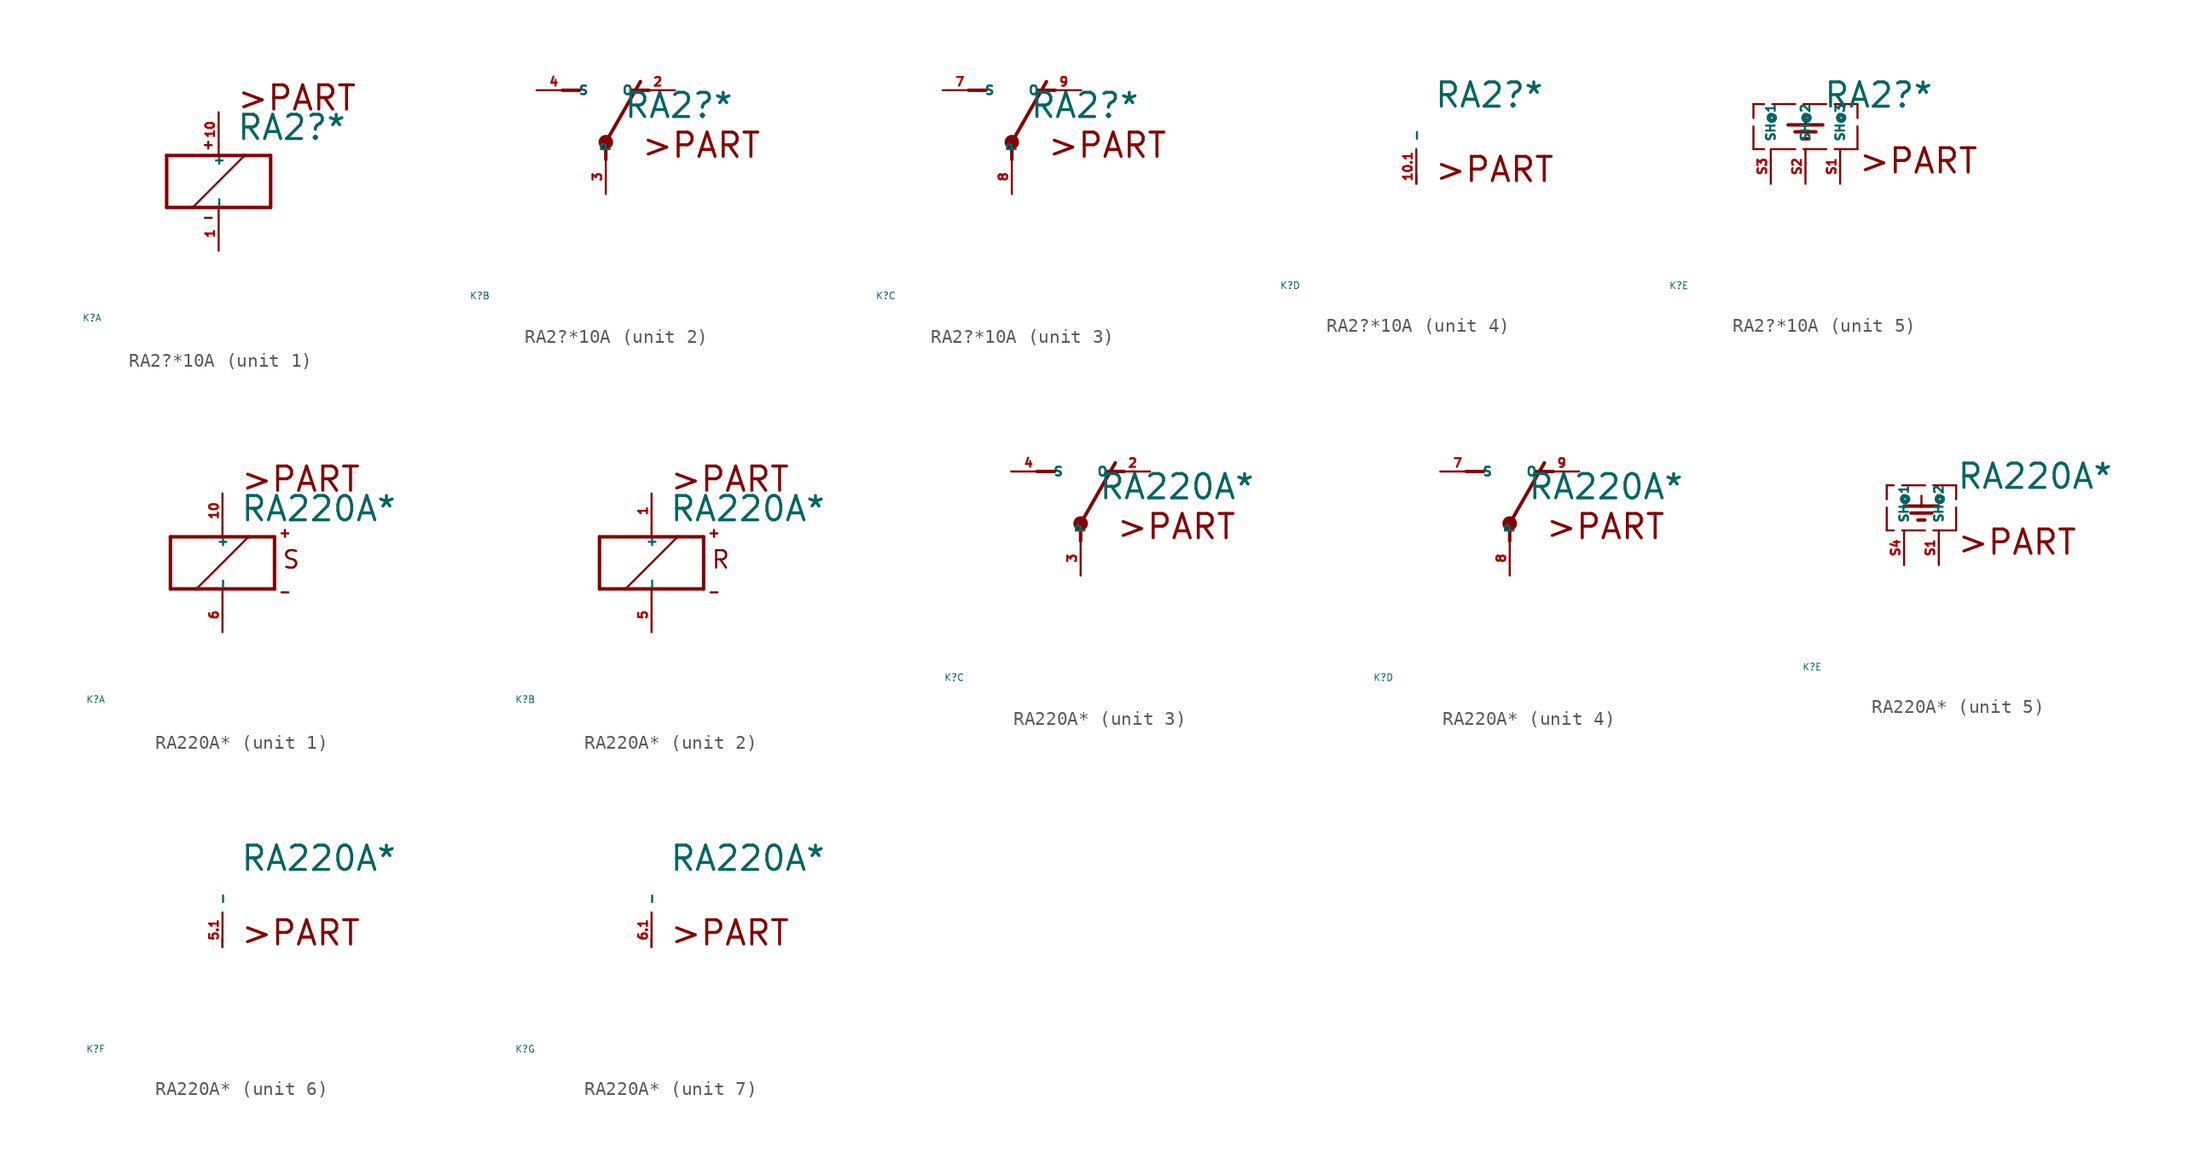
<source format=kicad_sym>
(kicad_symbol_lib
  (version 20220914)
  (generator Eagle2Kicad)
  (symbol "RA2?*10A"
    (property "Reference" "K"
      (at -10 -10 0)
      (effects (font (size 0.5 0.5) (thickness 0.06)) (justify left)))
    (property "Value" "RA2?*"
      (at 1.27 2.921 0)
      (effects (font (size 1.778 1.778) (thickness 0.22)) (justify left bottom)))
    (symbol "RA2?*10A_1_0"
      (polyline (pts (xy -3.81 -1.905) (xy -1.905 -1.905)) (stroke (width 0.254) (type default)) (fill (type none)))
      (polyline (pts (xy 3.81 -1.905) (xy 3.81 1.905)) (stroke (width 0.254) (type default)) (fill (type none)))
      (polyline (pts (xy 3.81 1.905) (xy 1.905 1.905)) (stroke (width 0.254) (type default)) (fill (type none)))
      (polyline (pts (xy -3.81 1.905) (xy -3.81 -1.905)) (stroke (width 0.254) (type default)) (fill (type none)))
      (polyline (pts (xy 0 -2.54) (xy 0 -1.905)) (stroke (width 0.152) (type default)) (fill (type none)))
      (polyline (pts (xy 0 -1.905) (xy 3.81 -1.905)) (stroke (width 0.254) (type default)) (fill (type none)))
      (polyline (pts (xy 0 2.54) (xy 0 1.905)) (stroke (width 0.152) (type default)) (fill (type none)))
      (polyline (pts (xy 0 1.905) (xy -3.81 1.905)) (stroke (width 0.254) (type default)) (fill (type none)))
      (polyline (pts (xy -1.905 -1.905) (xy 1.905 1.905)) (stroke (width 0.152) (type default)) (fill (type none)))
      (polyline (pts (xy -1.905 -1.905) (xy 0 -1.905)) (stroke (width 0.254) (type default)) (fill (type none)))
      (polyline (pts (xy 1.905 1.905) (xy 0 1.905)) (stroke (width 0.254) (type default)) (fill (type none)))
      (polyline (pts (xy -1.016 2.667) (xy -0.508 2.667)) (stroke (width 0.152) (type default)) (fill (type none)))
      (polyline (pts (xy -0.762 2.921) (xy -0.762 2.413)) (stroke (width 0.152) (type default)) (fill (type none)))
      (polyline (pts (xy -1.016 -2.667) (xy -0.508 -2.667)) (stroke (width 0.152) (type default)) (fill (type none)))
      (text ">PART" (at 1.27 5.08 0) (effects (font (size 1.778 1.778) (thickness 0.22)) (justify left bottom)))
      (pin passive line (at 0 -5.08 90) (length 2.54) (name "-" (effects (font (size 0.635 0.635) (thickness 0.08)) (justify left bottom))) (number "1" (effects (font (size 0.635 0.635) (thickness 0.08)) (justify left bottom))))
      (pin passive line (at 0 5.08 270) (length 2.54) (name "+" (effects (font (size 0.635 0.635) (thickness 0.08)) (justify left bottom))) (number "10" (effects (font (size 0.635 0.635) (thickness 0.08)) (justify left bottom)))))
    (symbol "RA2?*10A_2_0"
      (polyline (pts (xy 3.175 5.08) (xy 1.905 5.08)) (stroke (width 0.254) (type default)) (fill (type none)))
      (polyline (pts (xy -3.175 5.08) (xy -1.905 5.08)) (stroke (width 0.254) (type default)) (fill (type none)))
      (polyline (pts (xy 0 1.27) (xy 2.54 5.715)) (stroke (width 0.254) (type default)) (fill (type none)))
      (polyline (pts (xy 0 1.27) (xy 0 0)) (stroke (width 0.254) (type default)) (fill (type none)))
      (text ">PART" (at 2.54 0 0) (effects (font (size 1.778 1.778) (thickness 0.22)) (justify left bottom)))
      (circle (center 0 1.27) (radius 0.127) (stroke (width 0.406) (type default)) (fill (type none)))
      (pin passive line (at 5.08 5.08 180) (length 2.54) (name "O" (effects (font (size 0.635 0.635) (thickness 0.08)) (justify left bottom))) (number "2" (effects (font (size 0.635 0.635) (thickness 0.08)) (justify left bottom))))
      (pin passive line (at -5.08 5.08 0) (length 2.54) (name "S" (effects (font (size 0.635 0.635) (thickness 0.08)) (justify left bottom))) (number "4" (effects (font (size 0.635 0.635) (thickness 0.08)) (justify left bottom))))
      (pin passive line (at 0 -2.54 90) (length 2.54) (name "P" (effects (font (size 0.635 0.635) (thickness 0.08)) (justify left bottom))) (number "3" (effects (font (size 0.635 0.635) (thickness 0.08)) (justify left bottom)))))
    (symbol "RA2?*10A_3_0"
      (polyline (pts (xy 3.175 5.08) (xy 1.905 5.08)) (stroke (width 0.254) (type default)) (fill (type none)))
      (polyline (pts (xy -3.175 5.08) (xy -1.905 5.08)) (stroke (width 0.254) (type default)) (fill (type none)))
      (polyline (pts (xy 0 1.27) (xy 2.54 5.715)) (stroke (width 0.254) (type default)) (fill (type none)))
      (polyline (pts (xy 0 1.27) (xy 0 0)) (stroke (width 0.254) (type default)) (fill (type none)))
      (text ">PART" (at 2.54 0 0) (effects (font (size 1.778 1.778) (thickness 0.22)) (justify left bottom)))
      (circle (center 0 1.27) (radius 0.127) (stroke (width 0.406) (type default)) (fill (type none)))
      (pin passive line (at 5.08 5.08 180) (length 2.54) (name "O" (effects (font (size 0.635 0.635) (thickness 0.08)) (justify left bottom))) (number "9" (effects (font (size 0.635 0.635) (thickness 0.08)) (justify left bottom))))
      (pin passive line (at -5.08 5.08 0) (length 2.54) (name "S" (effects (font (size 0.635 0.635) (thickness 0.08)) (justify left bottom))) (number "7" (effects (font (size 0.635 0.635) (thickness 0.08)) (justify left bottom))))
      (pin passive line (at 0 -2.54 90) (length 2.54) (name "P" (effects (font (size 0.635 0.635) (thickness 0.08)) (justify left bottom))) (number "8" (effects (font (size 0.635 0.635) (thickness 0.08)) (justify left bottom)))))
    (symbol "RA2?*10A_4_0"
      (polyline (pts (xy 0 -2.54) (xy 0 -1.905)) (stroke (width 0.152) (type default)) (fill (type none)))
      (text ">PART" (at 1.27 -2.54 0) (effects (font (size 1.778 1.778) (thickness 0.22)) (justify left bottom)))
      (pin passive line (at 0 -2.54 90) (length 2.54) (name "-" (effects (font (size 0.635 0.635) (thickness 0.08)) (justify left bottom))) (number "10.1" (effects (font (size 0.635 0.635) (thickness 0.08)) (justify left bottom)))))
    (symbol "RA2?*10A_5_0"
      (polyline (pts (xy 3.81 0) (xy -3.81 0)) (stroke (width 0.152) (type dash)) (fill (type none)))
      (polyline (pts (xy 0 2.54) (xy 0 1.778)) (stroke (width 0.152) (type default)) (fill (type none)))
      (polyline (pts (xy -1.27 1.778) (xy 0 1.778)) (stroke (width 0.254) (type default)) (fill (type none)))
      (polyline (pts (xy 0 1.778) (xy 1.27 1.778)) (stroke (width 0.254) (type default)) (fill (type none)))
      (polyline (pts (xy -0.762 1.27) (xy 0.762 1.27)) (stroke (width 0.254) (type default)) (fill (type none)))
      (polyline (pts (xy -0.254 0.762) (xy 0.254 0.762)) (stroke (width 0.254) (type default)) (fill (type none)))
      (polyline (pts (xy 3.81 0) (xy 3.81 3.302)) (stroke (width 0.152) (type dash)) (fill (type none)))
      (polyline (pts (xy 3.81 3.302) (xy -3.81 3.302)) (stroke (width 0.152) (type dash)) (fill (type none)))
      (polyline (pts (xy -3.81 0) (xy -3.81 3.302)) (stroke (width 0.152) (type dash)) (fill (type none)))
      (text ">PART" (at 3.81 -1.905 0) (effects (font (size 1.778 1.778) (thickness 0.22)) (justify left bottom)))
      (pin passive line (at 0 -2.54 90) (length 2.54) (name "SH@2" (effects (font (size 0.635 0.635) (thickness 0.08)) (justify left bottom))) (number "S2" (effects (font (size 0.635 0.635) (thickness 0.08)) (justify left bottom))))
      (pin passive line (at 2.54 -2.54 90) (length 2.54) (name "SH@3" (effects (font (size 0.635 0.635) (thickness 0.08)) (justify left bottom))) (number "S1" (effects (font (size 0.635 0.635) (thickness 0.08)) (justify left bottom))))
      (pin passive line (at -2.54 -2.54 90) (length 2.54) (name "SH@1" (effects (font (size 0.635 0.635) (thickness 0.08)) (justify left bottom))) (number "S3" (effects (font (size 0.635 0.635) (thickness 0.08)) (justify left bottom))))))
  (symbol "RA220A*"
    (property "Reference" "K"
      (at -10 -10 0)
      (effects (font (size 0.5 0.5) (thickness 0.06)) (justify left)))
    (property "Value" "RA220A*"
      (at 1.27 2.921 0)
      (effects (font (size 1.778 1.778) (thickness 0.22)) (justify left bottom)))
    (symbol "RA220A*_1_0"
      (polyline (pts (xy -3.81 -1.905) (xy -1.905 -1.905)) (stroke (width 0.254) (type default)) (fill (type none)))
      (polyline (pts (xy 3.81 -1.905) (xy 3.81 1.905)) (stroke (width 0.254) (type default)) (fill (type none)))
      (polyline (pts (xy 3.81 1.905) (xy 1.905 1.905)) (stroke (width 0.254) (type default)) (fill (type none)))
      (polyline (pts (xy -3.81 1.905) (xy -3.81 -1.905)) (stroke (width 0.254) (type default)) (fill (type none)))
      (polyline (pts (xy 0 -2.54) (xy 0 -1.905)) (stroke (width 0.152) (type default)) (fill (type none)))
      (polyline (pts (xy 0 -1.905) (xy 3.81 -1.905)) (stroke (width 0.254) (type default)) (fill (type none)))
      (polyline (pts (xy 0 2.54) (xy 0 1.905)) (stroke (width 0.152) (type default)) (fill (type none)))
      (polyline (pts (xy 0 1.905) (xy -3.81 1.905)) (stroke (width 0.254) (type default)) (fill (type none)))
      (polyline (pts (xy -1.905 -1.905) (xy 1.905 1.905)) (stroke (width 0.152) (type default)) (fill (type none)))
      (polyline (pts (xy -1.905 -1.905) (xy 0 -1.905)) (stroke (width 0.254) (type default)) (fill (type none)))
      (polyline (pts (xy 1.905 1.905) (xy 0 1.905)) (stroke (width 0.254) (type default)) (fill (type none)))
      (polyline (pts (xy 4.318 2.159) (xy 4.826 2.159)) (stroke (width 0.152) (type default)) (fill (type none)))
      (polyline (pts (xy 4.572 2.413) (xy 4.572 1.905)) (stroke (width 0.152) (type default)) (fill (type none)))
      (polyline (pts (xy 4.318 -2.159) (xy 4.826 -2.159)) (stroke (width 0.152) (type default)) (fill (type none)))
      (text ">PART" (at 1.27 5.08 0) (effects (font (size 1.778 1.778) (thickness 0.22)) (justify left bottom)))
      (text "S" (at 4.318 -0.508 0) (effects (font (size 1.27 1.27) (thickness 0.16)) (justify left bottom)))
      (pin passive line (at 0 -5.08 90) (length 2.54) (name "-" (effects (font (size 0.635 0.635) (thickness 0.08)) (justify left bottom))) (number "6" (effects (font (size 0.635 0.635) (thickness 0.08)) (justify left bottom))))
      (pin passive line (at 0 5.08 270) (length 2.54) (name "+" (effects (font (size 0.635 0.635) (thickness 0.08)) (justify left bottom))) (number "10" (effects (font (size 0.635 0.635) (thickness 0.08)) (justify left bottom)))))
    (symbol "RA220A*_2_0"
      (polyline (pts (xy -3.81 -1.905) (xy -1.905 -1.905)) (stroke (width 0.254) (type default)) (fill (type none)))
      (polyline (pts (xy 3.81 -1.905) (xy 3.81 1.905)) (stroke (width 0.254) (type default)) (fill (type none)))
      (polyline (pts (xy 3.81 1.905) (xy 1.905 1.905)) (stroke (width 0.254) (type default)) (fill (type none)))
      (polyline (pts (xy -3.81 1.905) (xy -3.81 -1.905)) (stroke (width 0.254) (type default)) (fill (type none)))
      (polyline (pts (xy 0 -2.54) (xy 0 -1.905)) (stroke (width 0.152) (type default)) (fill (type none)))
      (polyline (pts (xy 0 -1.905) (xy 3.81 -1.905)) (stroke (width 0.254) (type default)) (fill (type none)))
      (polyline (pts (xy 0 2.54) (xy 0 1.905)) (stroke (width 0.152) (type default)) (fill (type none)))
      (polyline (pts (xy 0 1.905) (xy -3.81 1.905)) (stroke (width 0.254) (type default)) (fill (type none)))
      (polyline (pts (xy -1.905 -1.905) (xy 1.905 1.905)) (stroke (width 0.152) (type default)) (fill (type none)))
      (polyline (pts (xy -1.905 -1.905) (xy 0 -1.905)) (stroke (width 0.254) (type default)) (fill (type none)))
      (polyline (pts (xy 1.905 1.905) (xy 0 1.905)) (stroke (width 0.254) (type default)) (fill (type none)))
      (polyline (pts (xy 4.318 2.159) (xy 4.826 2.159)) (stroke (width 0.152) (type default)) (fill (type none)))
      (polyline (pts (xy 4.572 2.413) (xy 4.572 1.905)) (stroke (width 0.152) (type default)) (fill (type none)))
      (polyline (pts (xy 4.318 -2.159) (xy 4.826 -2.159)) (stroke (width 0.152) (type default)) (fill (type none)))
      (text ">PART" (at 1.27 5.08 0) (effects (font (size 1.778 1.778) (thickness 0.22)) (justify left bottom)))
      (text "R" (at 4.318 -0.508 0) (effects (font (size 1.27 1.27) (thickness 0.16)) (justify left bottom)))
      (pin passive line (at 0 -5.08 90) (length 2.54) (name "-" (effects (font (size 0.635 0.635) (thickness 0.08)) (justify left bottom))) (number "5" (effects (font (size 0.635 0.635) (thickness 0.08)) (justify left bottom))))
      (pin passive line (at 0 5.08 270) (length 2.54) (name "+" (effects (font (size 0.635 0.635) (thickness 0.08)) (justify left bottom))) (number "1" (effects (font (size 0.635 0.635) (thickness 0.08)) (justify left bottom)))))
    (symbol "RA220A*_3_0"
      (polyline (pts (xy 3.175 5.08) (xy 1.905 5.08)) (stroke (width 0.254) (type default)) (fill (type none)))
      (polyline (pts (xy -3.175 5.08) (xy -1.905 5.08)) (stroke (width 0.254) (type default)) (fill (type none)))
      (polyline (pts (xy 0 1.27) (xy 2.54 5.715)) (stroke (width 0.254) (type default)) (fill (type none)))
      (polyline (pts (xy 0 1.27) (xy 0 0)) (stroke (width 0.254) (type default)) (fill (type none)))
      (text ">PART" (at 2.54 0 0) (effects (font (size 1.778 1.778) (thickness 0.22)) (justify left bottom)))
      (circle (center 0 1.27) (radius 0.127) (stroke (width 0.406) (type default)) (fill (type none)))
      (pin passive line (at 5.08 5.08 180) (length 2.54) (name "O" (effects (font (size 0.635 0.635) (thickness 0.08)) (justify left bottom))) (number "2" (effects (font (size 0.635 0.635) (thickness 0.08)) (justify left bottom))))
      (pin passive line (at -5.08 5.08 0) (length 2.54) (name "S" (effects (font (size 0.635 0.635) (thickness 0.08)) (justify left bottom))) (number "4" (effects (font (size 0.635 0.635) (thickness 0.08)) (justify left bottom))))
      (pin passive line (at 0 -2.54 90) (length 2.54) (name "P" (effects (font (size 0.635 0.635) (thickness 0.08)) (justify left bottom))) (number "3" (effects (font (size 0.635 0.635) (thickness 0.08)) (justify left bottom)))))
    (symbol "RA220A*_4_0"
      (polyline (pts (xy 3.175 5.08) (xy 1.905 5.08)) (stroke (width 0.254) (type default)) (fill (type none)))
      (polyline (pts (xy -3.175 5.08) (xy -1.905 5.08)) (stroke (width 0.254) (type default)) (fill (type none)))
      (polyline (pts (xy 0 1.27) (xy 2.54 5.715)) (stroke (width 0.254) (type default)) (fill (type none)))
      (polyline (pts (xy 0 1.27) (xy 0 0)) (stroke (width 0.254) (type default)) (fill (type none)))
      (text ">PART" (at 2.54 0 0) (effects (font (size 1.778 1.778) (thickness 0.22)) (justify left bottom)))
      (circle (center 0 1.27) (radius 0.127) (stroke (width 0.406) (type default)) (fill (type none)))
      (pin passive line (at 5.08 5.08 180) (length 2.54) (name "O" (effects (font (size 0.635 0.635) (thickness 0.08)) (justify left bottom))) (number "9" (effects (font (size 0.635 0.635) (thickness 0.08)) (justify left bottom))))
      (pin passive line (at -5.08 5.08 0) (length 2.54) (name "S" (effects (font (size 0.635 0.635) (thickness 0.08)) (justify left bottom))) (number "7" (effects (font (size 0.635 0.635) (thickness 0.08)) (justify left bottom))))
      (pin passive line (at 0 -2.54 90) (length 2.54) (name "P" (effects (font (size 0.635 0.635) (thickness 0.08)) (justify left bottom))) (number "8" (effects (font (size 0.635 0.635) (thickness 0.08)) (justify left bottom)))))
    (symbol "RA220A*_5_0"
      (polyline (pts (xy 1.27 0) (xy -3.81 0)) (stroke (width 0.152) (type dash)) (fill (type none)))
      (polyline (pts (xy -1.27 2.54) (xy -1.27 1.778)) (stroke (width 0.152) (type default)) (fill (type none)))
      (polyline (pts (xy -2.54 1.778) (xy -1.27 1.778)) (stroke (width 0.254) (type default)) (fill (type none)))
      (polyline (pts (xy -1.27 1.778) (xy 0 1.778)) (stroke (width 0.254) (type default)) (fill (type none)))
      (polyline (pts (xy -2.032 1.27) (xy -0.508 1.27)) (stroke (width 0.254) (type default)) (fill (type none)))
      (polyline (pts (xy -1.524 0.762) (xy -1.016 0.762)) (stroke (width 0.254) (type default)) (fill (type none)))
      (polyline (pts (xy 1.27 0) (xy 1.27 3.302)) (stroke (width 0.152) (type dash)) (fill (type none)))
      (polyline (pts (xy 1.27 3.302) (xy -3.81 3.302)) (stroke (width 0.152) (type dash)) (fill (type none)))
      (polyline (pts (xy -3.81 0) (xy -3.81 3.302)) (stroke (width 0.152) (type dash)) (fill (type none)))
      (text ">PART" (at 1.27 -1.905 0) (effects (font (size 1.778 1.778) (thickness 0.22)) (justify left bottom)))
      (pin passive line (at 0 -2.54 90) (length 2.54) (name "SH@2" (effects (font (size 0.635 0.635) (thickness 0.08)) (justify left bottom))) (number "S1" (effects (font (size 0.635 0.635) (thickness 0.08)) (justify left bottom))))
      (pin passive line (at -2.54 -2.54 90) (length 2.54) (name "SH@1" (effects (font (size 0.635 0.635) (thickness 0.08)) (justify left bottom))) (number "S4" (effects (font (size 0.635 0.635) (thickness 0.08)) (justify left bottom)))))
    (symbol "RA220A*_6_0"
      (polyline (pts (xy 0 -2.54) (xy 0 -1.905)) (stroke (width 0.152) (type default)) (fill (type none)))
      (text ">PART" (at 1.27 -2.54 0) (effects (font (size 1.778 1.778) (thickness 0.22)) (justify left bottom)))
      (pin passive line (at 0 -2.54 90) (length 2.54) (name "-" (effects (font (size 0.635 0.635) (thickness 0.08)) (justify left bottom))) (number "5.1" (effects (font (size 0.635 0.635) (thickness 0.08)) (justify left bottom)))))
    (symbol "RA220A*_7_0"
      (polyline (pts (xy 0 -2.54) (xy 0 -1.905)) (stroke (width 0.152) (type default)) (fill (type none)))
      (text ">PART" (at 1.27 -2.54 0) (effects (font (size 1.778 1.778) (thickness 0.22)) (justify left bottom)))
      (pin passive line (at 0 -2.54 90) (length 2.54) (name "-" (effects (font (size 0.635 0.635) (thickness 0.08)) (justify left bottom))) (number "6.1" (effects (font (size 0.635 0.635) (thickness 0.08)) (justify left bottom)))))))
</source>
